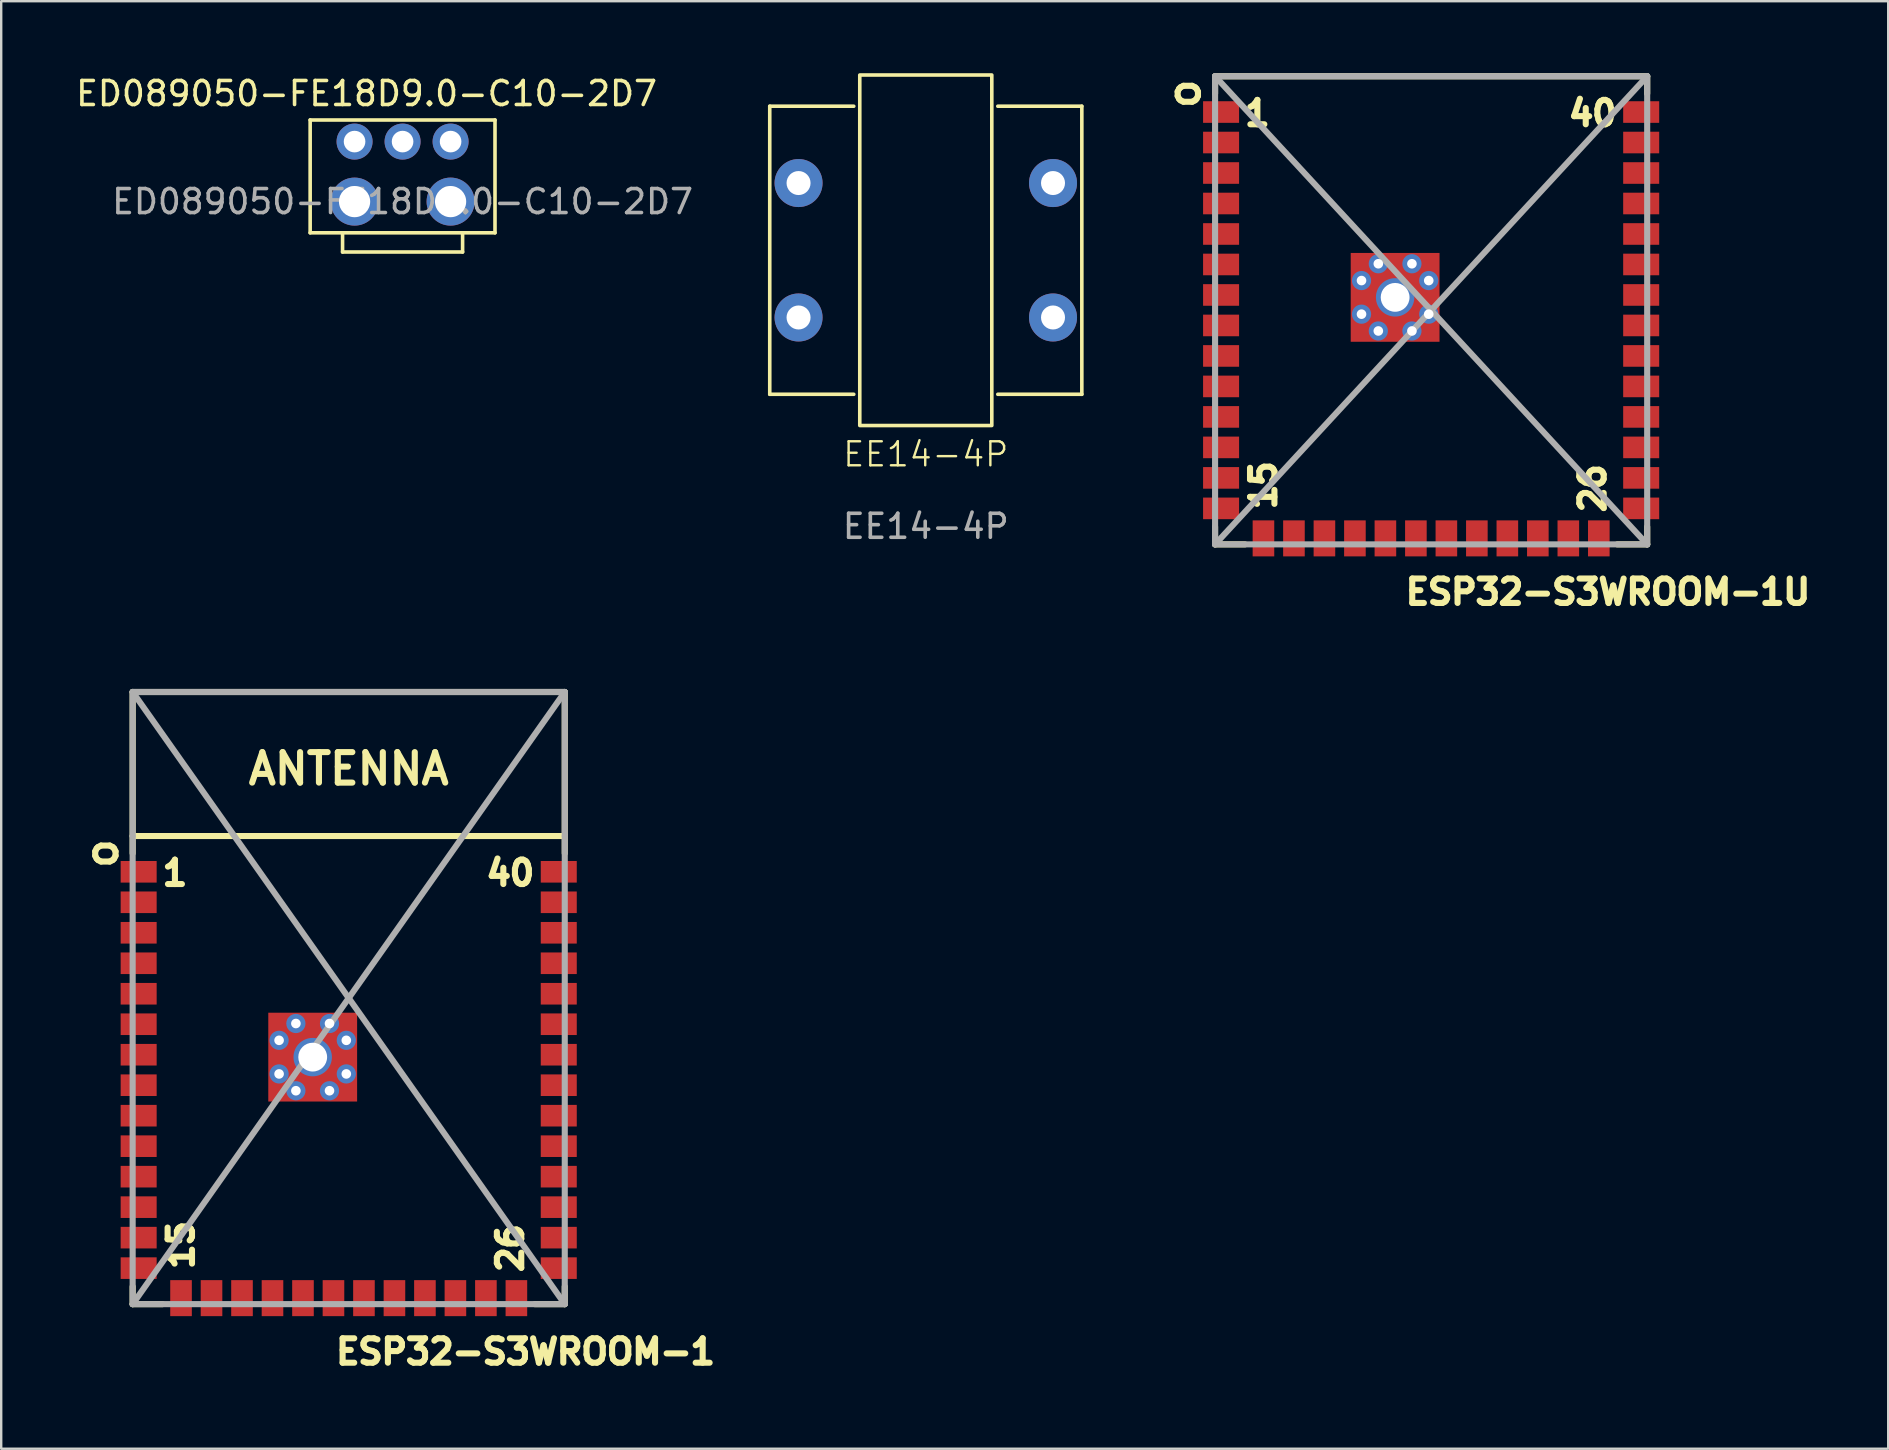
<source format=kicad_pcb>
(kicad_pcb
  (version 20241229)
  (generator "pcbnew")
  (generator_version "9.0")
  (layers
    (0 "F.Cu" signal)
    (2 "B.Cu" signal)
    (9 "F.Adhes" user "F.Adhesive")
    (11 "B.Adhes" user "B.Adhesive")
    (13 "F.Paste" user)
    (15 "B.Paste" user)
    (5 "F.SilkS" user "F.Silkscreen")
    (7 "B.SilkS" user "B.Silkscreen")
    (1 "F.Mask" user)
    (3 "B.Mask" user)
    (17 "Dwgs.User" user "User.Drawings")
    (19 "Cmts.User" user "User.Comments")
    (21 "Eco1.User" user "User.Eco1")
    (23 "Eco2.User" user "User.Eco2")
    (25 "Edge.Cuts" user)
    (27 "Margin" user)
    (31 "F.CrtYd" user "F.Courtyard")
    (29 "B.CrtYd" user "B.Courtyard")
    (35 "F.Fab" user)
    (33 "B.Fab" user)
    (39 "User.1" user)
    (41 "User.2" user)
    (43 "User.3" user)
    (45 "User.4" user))
  (footprint "ED089050-FE18D9.0-C10-2D7"
    (layer "F.Cu")
    (at 13.72 2.848)
    (property "Reference" "ED089050-FE18D9.0-C10-2D7" (at -1.5 -2 0) (unlocked yes) (layer "F.SilkS") (effects (font (size 1 1) (thickness 0.15))))
    (fp_line (start -3.85 -0.9) (end -3.85 3.8) (stroke (width 0.15) (type default)) (layer "F.SilkS"))
    (fp_line (start -3.85 -0.9) (end 3.85 -0.9) (stroke (width 0.15) (type solid)) (layer "F.SilkS"))
    (fp_line (start -3.85 3.8) (end 3.85 3.8) (stroke (width 0.15) (type solid)) (layer "F.SilkS"))
    (fp_line (start -2.5 3.8) (end -2.5 4.6) (stroke (width 0.15) (type solid)) (layer "F.SilkS"))
    (fp_line (start -2.5 4.6) (end 2.5 4.6) (stroke (width 0.15) (type solid)) (layer "F.SilkS"))
    (fp_line (start 2.5 4.6) (end 2.5 3.8) (stroke (width 0.15) (type solid)) (layer "F.SilkS"))
    (fp_line (start 3.85 -0.9) (end 3.85 3.8) (stroke (width 0.15) (type default)) (layer "F.SilkS"))
    (fp_text user "${REFERENCE}" (at 0 2.5 0) (unlocked yes) (layer "F.Fab") (effects (font (size 1 1) (thickness 0.15))))
    (pad "" np_thru_hole circle (at -2 2.5) (size 2 2) (drill 1.3) (layers "*.Cu" "*.Mask"))
    (pad "" np_thru_hole circle (at 2 2.5) (size 2 2) (drill 1.3) (layers "*.Cu" "*.Mask"))
    (pad "A" thru_hole circle (at 2 0) (size 1.5 1.5) (drill 0.9) (layers "*.Cu" "*.Mask"))
    (pad "B" thru_hole circle (at -2 0) (size 1.5 1.5) (drill 0.9) (layers "*.Cu" "*.Mask"))
    (pad "C" thru_hole circle (at 0 0) (size 1.5 1.5) (drill 0.9) (layers "*.Cu" "*.Mask")))
  (footprint "ESP32-S3­WROOM-1"
    (layer "F.Cu")
    (at 11.476 38.526)
    (property "Reference" "ESP32-S3­WROOM-1" (at 7.366 14.732 0) (layer "F.SilkS") (effects (font (size 1.016 1.016) (thickness 0.254))))
    (attr through_hole)
    (fp_line (start -9 -12.75) (end 9 -12.75) (stroke (width 0.254) (type solid)) (layer "F.SilkS"))
    (fp_line (start -9 -6.75) (end 9 -6.75) (stroke (width 0.254) (type solid)) (layer "F.SilkS"))
    (fp_line (start -9 -6.03) (end -9 -12.75) (stroke (width 0.254) (type solid)) (layer "F.SilkS"))
    (fp_line (start -9 12.02) (end -9 12.75) (stroke (width 0.254) (type solid)) (layer "F.SilkS"))
    (fp_line (start -9 12.75) (end -7.755 12.75) (stroke (width 0.254) (type solid)) (layer "F.SilkS"))
    (fp_line (start 9 -12.75) (end 9 -6.03) (stroke (width 0.254) (type solid)) (layer "F.SilkS"))
    (fp_line (start 9 12.02) (end 9 12.75) (stroke (width 0.254) (type solid)) (layer "F.SilkS"))
    (fp_line (start 9 12.75) (end 7.755 12.75) (stroke (width 0.254) (type solid)) (layer "F.SilkS"))
    (fp_line (start -9 -12.75) (end 9 -12.75) (stroke (width 0.254) (type solid)) (layer "F.Fab"))
    (fp_line (start -9 -12.75) (end 9 12.75) (stroke (width 0.254) (type solid)) (layer "F.Fab"))
    (fp_line (start -9 -6.75) (end -9 -12.75) (stroke (width 0.254) (type solid)) (layer "F.Fab"))
    (fp_line (start -9 12.75) (end -9 -6.75) (stroke (width 0.254) (type solid)) (layer "F.Fab"))
    (fp_line (start 9 -12.75) (end -9 12.75) (stroke (width 0.254) (type solid)) (layer "F.Fab"))
    (fp_line (start 9 -12.75) (end 9 -6.75) (stroke (width 0.254) (type solid)) (layer "F.Fab"))
    (fp_line (start 9 -6.75) (end 9 12.75) (stroke (width 0.254) (type solid)) (layer "F.Fab"))
    (fp_line (start 9 12.75) (end -9 12.75) (stroke (width 0.254) (type solid)) (layer "F.Fab"))
    (fp_text user "o" (at -10.287 -6.02 90) (layer "F.SilkS") (effects (font (size 1.27 1.27) (thickness 0.254))))
    (fp_text user "40" (at 6.731 -5.207 0) (layer "F.SilkS") (effects (font (size 1.016 1.016) (thickness 0.254))))
    (fp_text user "1" (at -7.239 -5.207 0) (layer "F.SilkS") (effects (font (size 1.016 1.016) (thickness 0.254))))
    (fp_text user "ANTENNA" (at 0 -9.55 0) (layer "F.SilkS") (effects (font (size 1.27 1.27) (thickness 0.254))))
    (fp_text user "15" (at -6.985 10.287 270) (layer "F.SilkS") (effects (font (size 1.016 1.016) (thickness 0.254))))
    (fp_text user "26" (at 6.731 10.414 270) (layer "F.SilkS") (effects (font (size 1.016 1.016) (thickness 0.254))))
    (pad "" smd rect (at -2.9 1.06) (size 0.9 0.9) (layers "F.Paste"))
    (pad "" smd rect (at -2.9 2.46) (size 0.9 0.9) (layers "F.Paste"))
    (pad "" smd rect (at -2.9 3.86) (size 0.9 0.9) (layers "F.Paste"))
    (pad "" smd rect (at -1.5 1.06) (size 0.9 0.9) (layers "F.Paste"))
    (pad "" smd rect (at -1.5 3.86) (size 0.9 0.9) (layers "F.Paste"))
    (pad "" smd rect (at -0.1 1.06) (size 0.9 0.9) (layers "F.Paste"))
    (pad "" smd rect (at -0.1 2.46) (size 0.9 0.9) (layers "F.Paste"))
    (pad "" smd rect (at -0.1 3.86) (size 0.9 0.9) (layers "F.Paste"))
    (pad "1" smd rect (at -8.75 -5.26) (size 1.5 0.9) (layers "F.Cu" "F.Mask" "F.Paste"))
    (pad "2" smd rect (at -8.75 -3.99) (size 1.5 0.9) (layers "F.Cu" "F.Mask" "F.Paste"))
    (pad "3" smd rect (at -8.75 -2.72) (size 1.5 0.9) (layers "F.Cu" "F.Mask" "F.Paste"))
    (pad "4" smd rect (at -8.75 -1.45) (size 1.5 0.9) (layers "F.Cu" "F.Mask" "F.Paste"))
    (pad "5" smd rect (at -8.75 -0.18) (size 1.5 0.9) (layers "F.Cu" "F.Mask" "F.Paste"))
    (pad "6" smd rect (at -8.75 1.09) (size 1.5 0.9) (layers "F.Cu" "F.Mask" "F.Paste"))
    (pad "7" smd rect (at -8.75 2.36) (size 1.5 0.9) (layers "F.Cu" "F.Mask" "F.Paste"))
    (pad "8" smd rect (at -8.75 3.63) (size 1.5 0.9) (layers "F.Cu" "F.Mask" "F.Paste"))
    (pad "9" smd rect (at -8.75 4.9) (size 1.5 0.9) (layers "F.Cu" "F.Mask" "F.Paste"))
    (pad "10" smd rect (at -8.75 6.17) (size 1.5 0.9) (layers "F.Cu" "F.Mask" "F.Paste"))
    (pad "11" smd rect (at -8.75 7.44) (size 1.5 0.9) (layers "F.Cu" "F.Mask" "F.Paste"))
    (pad "12" smd rect (at -8.75 8.71) (size 1.5 0.9) (layers "F.Cu" "F.Mask" "F.Paste"))
    (pad "13" smd rect (at -8.75 9.98) (size 1.5 0.9) (layers "F.Cu" "F.Mask" "F.Paste"))
    (pad "14" smd rect (at -8.75 11.25) (size 1.5 0.9) (layers "F.Cu" "F.Mask" "F.Paste"))
    (pad "15" smd rect (at -6.985 12.5) (size 0.9 1.5) (layers "F.Cu" "F.Mask" "F.Paste"))
    (pad "16" smd rect (at -5.715 12.5) (size 0.9 1.5) (layers "F.Cu" "F.Mask" "F.Paste"))
    (pad "17" smd rect (at -4.445 12.5) (size 0.9 1.5) (layers "F.Cu" "F.Mask" "F.Paste"))
    (pad "18" smd rect (at -3.175 12.5) (size 0.9 1.5) (layers "F.Cu" "F.Mask" "F.Paste"))
    (pad "19" smd rect (at -1.905 12.5) (size 0.9 1.5) (layers "F.Cu" "F.Mask" "F.Paste"))
    (pad "20" smd rect (at -0.635 12.5) (size 0.9 1.5) (layers "F.Cu" "F.Mask" "F.Paste"))
    (pad "21" smd rect (at 0.635 12.5) (size 0.9 1.5) (layers "F.Cu" "F.Mask" "F.Paste"))
    (pad "22" smd rect (at 1.905 12.5) (size 0.9 1.5) (layers "F.Cu" "F.Mask" "F.Paste"))
    (pad "23" smd rect (at 3.175 12.5) (size 0.9 1.5) (layers "F.Cu" "F.Mask" "F.Paste"))
    (pad "24" smd rect (at 4.445 12.5) (size 0.9 1.5) (layers "F.Cu" "F.Mask" "F.Paste"))
    (pad "25" smd rect (at 5.715 12.5) (size 0.9 1.5) (layers "F.Cu" "F.Mask" "F.Paste"))
    (pad "26" smd rect (at 6.985 12.5) (size 0.9 1.5) (layers "F.Cu" "F.Mask" "F.Paste"))
    (pad "27" smd rect (at 8.75 11.25) (size 1.5 0.9) (layers "F.Cu" "F.Mask" "F.Paste"))
    (pad "28" smd rect (at 8.75 9.98) (size 1.5 0.9) (layers "F.Cu" "F.Mask" "F.Paste"))
    (pad "29" smd rect (at 8.75 8.71) (size 1.5 0.9) (layers "F.Cu" "F.Mask" "F.Paste"))
    (pad "30" smd rect (at 8.75 7.44) (size 1.5 0.9) (layers "F.Cu" "F.Mask" "F.Paste"))
    (pad "31" smd rect (at 8.75 6.17) (size 1.5 0.9) (layers "F.Cu" "F.Mask" "F.Paste"))
    (pad "32" smd rect (at 8.75 4.9) (size 1.5 0.9) (layers "F.Cu" "F.Mask" "F.Paste"))
    (pad "33" smd rect (at 8.75 3.63) (size 1.5 0.9) (layers "F.Cu" "F.Mask" "F.Paste"))
    (pad "34" smd rect (at 8.75 2.36) (size 1.5 0.9) (layers "F.Cu" "F.Mask" "F.Paste"))
    (pad "35" smd rect (at 8.75 1.09) (size 1.5 0.9) (layers "F.Cu" "F.Mask" "F.Paste"))
    (pad "36" smd rect (at 8.75 -0.18) (size 1.5 0.9) (layers "F.Cu" "F.Mask" "F.Paste"))
    (pad "37" smd rect (at 8.75 -1.45) (size 1.5 0.9) (layers "F.Cu" "F.Mask" "F.Paste"))
    (pad "38" smd rect (at 8.75 -2.72) (size 1.5 0.9) (layers "F.Cu" "F.Mask" "F.Paste"))
    (pad "39" smd rect (at 8.75 -3.99) (size 1.5 0.9) (layers "F.Cu" "F.Mask" "F.Paste"))
    (pad "40" smd rect (at 8.75 -5.26) (size 1.5 0.9) (layers "F.Cu" "F.Mask" "F.Paste"))
    (pad "41" thru_hole circle (at -2.9 1.76) (size 0.8 0.8) (drill 0.4) (layers "*.Cu"))
    (pad "41" thru_hole circle (at -2.9 3.16) (size 0.8 0.8) (drill 0.4) (layers "*.Cu"))
    (pad "41" thru_hole circle (at -2.2 1.06) (size 0.8 0.8) (drill 0.4) (layers "*.Cu"))
    (pad "41" thru_hole circle (at -2.2 3.86) (size 0.8 0.8) (drill 0.4) (layers "*.Cu"))
    (pad "41" thru_hole circle (at -1.5 2.46) (size 1.6 1.6) (drill 1.2) (layers "*.Cu" "*.Mask"))
    (pad "41" smd rect (at -1.5 2.46) (size 3.7 3.7) (layers "F.Cu" "F.Mask"))
    (pad "41" thru_hole circle (at -0.8 1.06) (size 0.8 0.8) (drill 0.4) (layers "*.Cu"))
    (pad "41" thru_hole circle (at -0.8 3.86) (size 0.8 0.8) (drill 0.4) (layers "*.Cu"))
    (pad "41" thru_hole circle (at -0.1 1.76) (size 0.8 0.8) (drill 0.4) (layers "*.Cu"))
    (pad "41" thru_hole circle (at -0.1 3.16) (size 0.8 0.8) (drill 0.4) (layers "*.Cu")))
  (footprint "EE14-4P"
    (layer "F.Cu")
    (at 35.515 7.375)
    (property "Reference" "EE14-4P" (at 0 8.5 0) (unlocked yes) (layer "F.SilkS") (effects (font (size 1 1) (thickness 0.1))))
    (attr through_hole)
    (fp_line (start -6.5 -6) (end -3 -6) (stroke (width 0.15) (type default)) (layer "F.SilkS"))
    (fp_line (start -6.5 6) (end -6.5 -6) (stroke (width 0.15) (type default)) (layer "F.SilkS"))
    (fp_line (start -6.5 6) (end -3 6) (stroke (width 0.15) (type default)) (layer "F.SilkS"))
    (fp_line (start 6.5 -6) (end 3 -6) (stroke (width 0.15) (type default)) (layer "F.SilkS"))
    (fp_line (start 6.5 -6) (end 6.5 6) (stroke (width 0.15) (type default)) (layer "F.SilkS"))
    (fp_line (start 6.5 6) (end 3 6) (stroke (width 0.15) (type default)) (layer "F.SilkS"))
    (fp_rect (start -2.75 -7.3) (end 2.75 7.3) (stroke (width 0.15) (type solid)) (fill no) (layer "F.SilkS"))
    (fp_text user "${REFERENCE}" (at 0 11.5 0) (unlocked yes) (layer "F.Fab") (effects (font (size 1 1) (thickness 0.15))))
    (pad "1" thru_hole circle (at -5.3 -2.8) (size 2 2) (drill 1) (layers "*.Cu" "*.Mask"))
    (pad "2" thru_hole circle (at -5.3 2.8) (size 2 2) (drill 1) (layers "*.Cu" "*.Mask"))
    (pad "3" thru_hole circle (at 5.3 2.8) (size 2 2) (drill 1) (layers "*.Cu" "*.Mask"))
    (pad "4" thru_hole circle (at 5.3 -2.8) (size 2 2) (drill 1) (layers "*.Cu" "*.Mask")))
  (footprint "ESP32-S3­WROOM-1U"
    (layer "F.Cu")
    (at 56.566 6.877)
    (property "Reference" "ESP32-S3­WROOM-1U" (at 7.366 14.732 0) (layer "F.SilkS") (effects (font (size 1.016 1.016) (thickness 0.254))))
    (attr through_hole)
    (fp_line (start -9 -6.75) (end 9 -6.75) (stroke (width 0.254) (type solid)) (layer "F.SilkS"))
    (fp_line (start -9 -6.03) (end -9 -6.75) (stroke (width 0.254) (type solid)) (layer "F.SilkS"))
    (fp_line (start -9 12.02) (end -9 12.75) (stroke (width 0.254) (type solid)) (layer "F.SilkS"))
    (fp_line (start -9 12.75) (end -7.755 12.75) (stroke (width 0.254) (type solid)) (layer "F.SilkS"))
    (fp_line (start 9 -6.75) (end 9 -6.03) (stroke (width 0.254) (type solid)) (layer "F.SilkS"))
    (fp_line (start 9 12.02) (end 9 12.75) (stroke (width 0.254) (type solid)) (layer "F.SilkS"))
    (fp_line (start 9 12.75) (end 7.755 12.75) (stroke (width 0.254) (type solid)) (layer "F.SilkS"))
    (fp_line (start -9 -6.75) (end 9 -6.75) (stroke (width 0.254) (type solid)) (layer "F.Fab"))
    (fp_line (start -9 -6.75) (end 9 12.75) (stroke (width 0.254) (type solid)) (layer "F.Fab"))
    (fp_line (start -9 12.75) (end -9 -6.75) (stroke (width 0.254) (type solid)) (layer "F.Fab"))
    (fp_line (start 9 -6.75) (end -9 12.75) (stroke (width 0.254) (type solid)) (layer "F.Fab"))
    (fp_line (start 9 -6.75) (end 9 12.75) (stroke (width 0.254) (type solid)) (layer "F.Fab"))
    (fp_line (start 9 12.75) (end -9 12.75) (stroke (width 0.254) (type solid)) (layer "F.Fab"))
    (fp_text user "40" (at 6.731 -5.207 0) (layer "F.SilkS") (effects (font (size 1.016 1.016) (thickness 0.254))))
    (fp_text user "o" (at -10.287 -6.02 90) (layer "F.SilkS") (effects (font (size 1.27 1.27) (thickness 0.254))))
    (fp_text user "26" (at 6.731 10.414 270) (layer "F.SilkS") (effects (font (size 1.016 1.016) (thickness 0.254))))
    (fp_text user "15" (at -6.985 10.287 270) (layer "F.SilkS") (effects (font (size 1.016 1.016) (thickness 0.254))))
    (fp_text user "1" (at -7.239 -5.207 0) (layer "F.SilkS") (effects (font (size 1.016 1.016) (thickness 0.254))))
    (pad "" smd rect (at -2.9 1.06) (size 0.9 0.9) (layers "F.Paste"))
    (pad "" smd rect (at -2.9 2.46) (size 0.9 0.9) (layers "F.Paste"))
    (pad "" smd rect (at -2.9 3.86) (size 0.9 0.9) (layers "F.Paste"))
    (pad "" smd rect (at -1.5 1.06) (size 0.9 0.9) (layers "F.Paste"))
    (pad "" smd rect (at -1.5 3.86) (size 0.9 0.9) (layers "F.Paste"))
    (pad "" smd rect (at -0.1 1.06) (size 0.9 0.9) (layers "F.Paste"))
    (pad "" smd rect (at -0.1 2.46) (size 0.9 0.9) (layers "F.Paste"))
    (pad "" smd rect (at -0.1 3.86) (size 0.9 0.9) (layers "F.Paste"))
    (pad "1" smd rect (at -8.75 -5.26) (size 1.5 0.9) (layers "F.Cu" "F.Mask" "F.Paste"))
    (pad "2" smd rect (at -8.75 -3.99) (size 1.5 0.9) (layers "F.Cu" "F.Mask" "F.Paste"))
    (pad "3" smd rect (at -8.75 -2.72) (size 1.5 0.9) (layers "F.Cu" "F.Mask" "F.Paste"))
    (pad "4" smd rect (at -8.75 -1.45) (size 1.5 0.9) (layers "F.Cu" "F.Mask" "F.Paste"))
    (pad "5" smd rect (at -8.75 -0.18) (size 1.5 0.9) (layers "F.Cu" "F.Mask" "F.Paste"))
    (pad "6" smd rect (at -8.75 1.09) (size 1.5 0.9) (layers "F.Cu" "F.Mask" "F.Paste"))
    (pad "7" smd rect (at -8.75 2.36) (size 1.5 0.9) (layers "F.Cu" "F.Mask" "F.Paste"))
    (pad "8" smd rect (at -8.75 3.63) (size 1.5 0.9) (layers "F.Cu" "F.Mask" "F.Paste"))
    (pad "9" smd rect (at -8.75 4.9) (size 1.5 0.9) (layers "F.Cu" "F.Mask" "F.Paste"))
    (pad "10" smd rect (at -8.75 6.17) (size 1.5 0.9) (layers "F.Cu" "F.Mask" "F.Paste"))
    (pad "11" smd rect (at -8.75 7.44) (size 1.5 0.9) (layers "F.Cu" "F.Mask" "F.Paste"))
    (pad "12" smd rect (at -8.75 8.71) (size 1.5 0.9) (layers "F.Cu" "F.Mask" "F.Paste"))
    (pad "13" smd rect (at -8.75 9.98) (size 1.5 0.9) (layers "F.Cu" "F.Mask" "F.Paste"))
    (pad "14" smd rect (at -8.75 11.25) (size 1.5 0.9) (layers "F.Cu" "F.Mask" "F.Paste"))
    (pad "15" smd rect (at -6.985 12.5) (size 0.9 1.5) (layers "F.Cu" "F.Mask" "F.Paste"))
    (pad "16" smd rect (at -5.715 12.5) (size 0.9 1.5) (layers "F.Cu" "F.Mask" "F.Paste"))
    (pad "17" smd rect (at -4.445 12.5) (size 0.9 1.5) (layers "F.Cu" "F.Mask" "F.Paste"))
    (pad "18" smd rect (at -3.175 12.5) (size 0.9 1.5) (layers "F.Cu" "F.Mask" "F.Paste"))
    (pad "19" smd rect (at -1.905 12.5) (size 0.9 1.5) (layers "F.Cu" "F.Mask" "F.Paste"))
    (pad "20" smd rect (at -0.635 12.5) (size 0.9 1.5) (layers "F.Cu" "F.Mask" "F.Paste"))
    (pad "21" smd rect (at 0.635 12.5) (size 0.9 1.5) (layers "F.Cu" "F.Mask" "F.Paste"))
    (pad "22" smd rect (at 1.905 12.5) (size 0.9 1.5) (layers "F.Cu" "F.Mask" "F.Paste"))
    (pad "23" smd rect (at 3.175 12.5) (size 0.9 1.5) (layers "F.Cu" "F.Mask" "F.Paste"))
    (pad "24" smd rect (at 4.445 12.5) (size 0.9 1.5) (layers "F.Cu" "F.Mask" "F.Paste"))
    (pad "25" smd rect (at 5.715 12.5) (size 0.9 1.5) (layers "F.Cu" "F.Mask" "F.Paste"))
    (pad "26" smd rect (at 6.985 12.5) (size 0.9 1.5) (layers "F.Cu" "F.Mask" "F.Paste"))
    (pad "27" smd rect (at 8.75 11.25) (size 1.5 0.9) (layers "F.Cu" "F.Mask" "F.Paste"))
    (pad "28" smd rect (at 8.75 9.98) (size 1.5 0.9) (layers "F.Cu" "F.Mask" "F.Paste"))
    (pad "29" smd rect (at 8.75 8.71) (size 1.5 0.9) (layers "F.Cu" "F.Mask" "F.Paste"))
    (pad "30" smd rect (at 8.75 7.44) (size 1.5 0.9) (layers "F.Cu" "F.Mask" "F.Paste"))
    (pad "31" smd rect (at 8.75 6.17) (size 1.5 0.9) (layers "F.Cu" "F.Mask" "F.Paste"))
    (pad "32" smd rect (at 8.75 4.9) (size 1.5 0.9) (layers "F.Cu" "F.Mask" "F.Paste"))
    (pad "33" smd rect (at 8.75 3.63) (size 1.5 0.9) (layers "F.Cu" "F.Mask" "F.Paste"))
    (pad "34" smd rect (at 8.75 2.36) (size 1.5 0.9) (layers "F.Cu" "F.Mask" "F.Paste"))
    (pad "35" smd rect (at 8.75 1.09) (size 1.5 0.9) (layers "F.Cu" "F.Mask" "F.Paste"))
    (pad "36" smd rect (at 8.75 -0.18) (size 1.5 0.9) (layers "F.Cu" "F.Mask" "F.Paste"))
    (pad "37" smd rect (at 8.75 -1.45) (size 1.5 0.9) (layers "F.Cu" "F.Mask" "F.Paste"))
    (pad "38" smd rect (at 8.75 -2.72) (size 1.5 0.9) (layers "F.Cu" "F.Mask" "F.Paste"))
    (pad "39" smd rect (at 8.75 -3.99) (size 1.5 0.9) (layers "F.Cu" "F.Mask" "F.Paste"))
    (pad "40" smd rect (at 8.75 -5.26) (size 1.5 0.9) (layers "F.Cu" "F.Mask" "F.Paste"))
    (pad "41" thru_hole circle (at -2.9 1.76) (size 0.8 0.8) (drill 0.4) (layers "*.Cu"))
    (pad "41" thru_hole circle (at -2.9 3.16) (size 0.8 0.8) (drill 0.4) (layers "*.Cu"))
    (pad "41" thru_hole circle (at -2.2 1.06) (size 0.8 0.8) (drill 0.4) (layers "*.Cu"))
    (pad "41" thru_hole circle (at -2.2 3.86) (size 0.8 0.8) (drill 0.4) (layers "*.Cu"))
    (pad "41" thru_hole circle (at -1.5 2.46) (size 1.6 1.6) (drill 1.2) (layers "*.Cu" "*.Mask"))
    (pad "41" smd rect (at -1.5 2.46) (size 3.7 3.7) (layers "F.Cu" "F.Mask"))
    (pad "41" thru_hole circle (at -0.8 1.06) (size 0.8 0.8) (drill 0.4) (layers "*.Cu"))
    (pad "41" thru_hole circle (at -0.8 3.86) (size 0.8 0.8) (drill 0.4) (layers "*.Cu"))
    (pad "41" thru_hole circle (at -0.1 1.76) (size 0.8 0.8) (drill 0.4) (layers "*.Cu"))
    (pad "41" thru_hole circle (at -0.1 3.16) (size 0.8 0.8) (drill 0.4) (layers "*.Cu")))
  (gr_rect
    (start -3 -3)
    (end 75.606 57.298)
    (stroke (width 0.1) (type default))
    (fill no)
    (layer "Edge.Cuts")))
</source>
